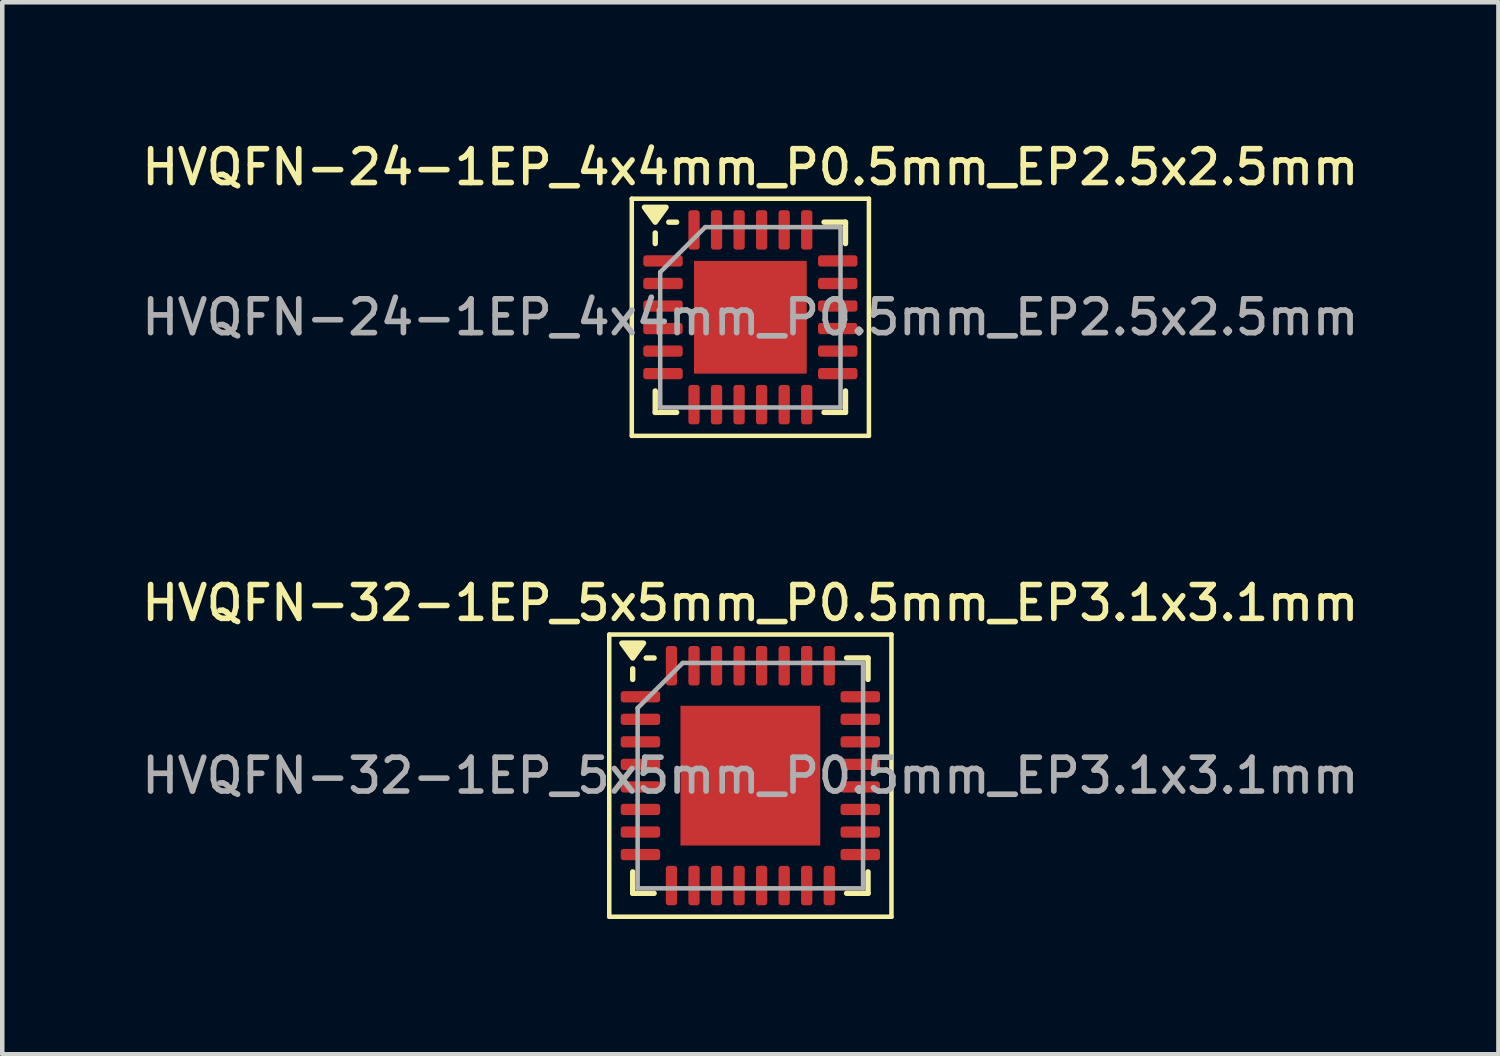
<source format=kicad_pcb>
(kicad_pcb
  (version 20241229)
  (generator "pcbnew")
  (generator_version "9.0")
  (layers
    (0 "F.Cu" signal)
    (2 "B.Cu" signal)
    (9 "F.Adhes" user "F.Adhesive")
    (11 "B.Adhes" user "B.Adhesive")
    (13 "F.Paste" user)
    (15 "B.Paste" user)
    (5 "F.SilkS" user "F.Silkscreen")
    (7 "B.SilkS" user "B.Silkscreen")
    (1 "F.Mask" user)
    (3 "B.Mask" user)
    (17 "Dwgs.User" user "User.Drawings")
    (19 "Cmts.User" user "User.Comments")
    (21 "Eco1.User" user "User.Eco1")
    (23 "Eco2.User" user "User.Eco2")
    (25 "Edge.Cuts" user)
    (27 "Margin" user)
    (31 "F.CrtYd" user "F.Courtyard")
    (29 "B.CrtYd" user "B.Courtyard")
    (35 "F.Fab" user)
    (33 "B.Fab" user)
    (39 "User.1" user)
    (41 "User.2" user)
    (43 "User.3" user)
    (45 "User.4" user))
  (footprint "HVQFN-24-1EP_4x4mm_P0.5mm_EP2.5x2.5mm"
    (layer "F.Cu")
    (at 13.595 3.988)
    (property "Reference" "HVQFN-24-1EP_4x4mm_P0.5mm_EP2.5x2.5mm" (at 0 -3.33 0) (layer "F.SilkS") (effects (font (size 0.75 0.75) (thickness 0.125))))
    (attr smd)
    (fp_line (start -2.63 -2.63) (end -2.63 2.63) (stroke (width 0.1) (type solid)) (layer "F.SilkS"))
    (fp_line (start -2.63 2.63) (end 2.63 2.63) (stroke (width 0.1) (type solid)) (layer "F.SilkS"))
    (fp_line (start -2.11 -1.635) (end -2.11 -1.87) (stroke (width 0.12) (type solid)) (layer "F.SilkS"))
    (fp_line (start -2.11 2.11) (end -2.11 1.635) (stroke (width 0.12) (type solid)) (layer "F.SilkS"))
    (fp_line (start -1.635 -2.11) (end -1.81 -2.11) (stroke (width 0.12) (type solid)) (layer "F.SilkS"))
    (fp_line (start -1.635 2.11) (end -2.11 2.11) (stroke (width 0.12) (type solid)) (layer "F.SilkS"))
    (fp_line (start 1.635 -2.11) (end 2.11 -2.11) (stroke (width 0.12) (type solid)) (layer "F.SilkS"))
    (fp_line (start 1.635 2.11) (end 2.11 2.11) (stroke (width 0.12) (type solid)) (layer "F.SilkS"))
    (fp_line (start 2.11 -2.11) (end 2.11 -1.635) (stroke (width 0.12) (type solid)) (layer "F.SilkS"))
    (fp_line (start 2.11 2.11) (end 2.11 1.635) (stroke (width 0.12) (type solid)) (layer "F.SilkS"))
    (fp_line (start 2.63 -2.63) (end -2.63 -2.63) (stroke (width 0.1) (type solid)) (layer "F.SilkS"))
    (fp_line (start 2.63 2.63) (end 2.63 -2.63) (stroke (width 0.1) (type solid)) (layer "F.SilkS"))
    (fp_poly (pts (xy -2.11 -2.11) (xy -2.35 -2.44) (xy -1.87 -2.44) (xy -2.11 -2.11)) (stroke (width 0.12) (type solid)) (fill yes) (layer "F.SilkS"))
    (fp_line (start -2 -1) (end -1 -2) (stroke (width 0.1) (type solid)) (layer "F.Fab"))
    (fp_line (start -2 2) (end -2 -1) (stroke (width 0.1) (type solid)) (layer "F.Fab"))
    (fp_line (start -1 -2) (end 2 -2) (stroke (width 0.1) (type solid)) (layer "F.Fab"))
    (fp_line (start 2 -2) (end 2 2) (stroke (width 0.1) (type solid)) (layer "F.Fab"))
    (fp_line (start 2 2) (end -2 2) (stroke (width 0.1) (type solid)) (layer "F.Fab"))
    (fp_text user "${REFERENCE}" (at 0 0 0) (layer "F.Fab") (effects (font (size 0.75 0.75) (thickness 0.125))))
    (pad "" smd roundrect (at -0.625 -0.625) (size 1.01 1.01) (layers "F.Paste") (roundrect_rratio 0.248))
    (pad "" smd roundrect (at -0.625 0.625) (size 1.01 1.01) (layers "F.Paste") (roundrect_rratio 0.248))
    (pad "" smd roundrect (at 0.625 -0.625) (size 1.01 1.01) (layers "F.Paste") (roundrect_rratio 0.248))
    (pad "" smd roundrect (at 0.625 0.625) (size 1.01 1.01) (layers "F.Paste") (roundrect_rratio 0.248))
    (pad "1" smd roundrect (at -1.938 -1.25) (size 0.875 0.25) (layers "F.Cu" "F.Mask" "F.Paste") (roundrect_rratio 0.25))
    (pad "2" smd roundrect (at -1.938 -0.75) (size 0.875 0.25) (layers "F.Cu" "F.Mask" "F.Paste") (roundrect_rratio 0.25))
    (pad "3" smd roundrect (at -1.938 -0.25) (size 0.875 0.25) (layers "F.Cu" "F.Mask" "F.Paste") (roundrect_rratio 0.25))
    (pad "4" smd roundrect (at -1.938 0.25) (size 0.875 0.25) (layers "F.Cu" "F.Mask" "F.Paste") (roundrect_rratio 0.25))
    (pad "5" smd roundrect (at -1.938 0.75) (size 0.875 0.25) (layers "F.Cu" "F.Mask" "F.Paste") (roundrect_rratio 0.25))
    (pad "6" smd roundrect (at -1.938 1.25) (size 0.875 0.25) (layers "F.Cu" "F.Mask" "F.Paste") (roundrect_rratio 0.25))
    (pad "7" smd roundrect (at -1.25 1.938) (size 0.25 0.875) (layers "F.Cu" "F.Mask" "F.Paste") (roundrect_rratio 0.25))
    (pad "8" smd roundrect (at -0.75 1.938) (size 0.25 0.875) (layers "F.Cu" "F.Mask" "F.Paste") (roundrect_rratio 0.25))
    (pad "9" smd roundrect (at -0.25 1.938) (size 0.25 0.875) (layers "F.Cu" "F.Mask" "F.Paste") (roundrect_rratio 0.25))
    (pad "10" smd roundrect (at 0.25 1.938) (size 0.25 0.875) (layers "F.Cu" "F.Mask" "F.Paste") (roundrect_rratio 0.25))
    (pad "11" smd roundrect (at 0.75 1.938) (size 0.25 0.875) (layers "F.Cu" "F.Mask" "F.Paste") (roundrect_rratio 0.25))
    (pad "12" smd roundrect (at 1.25 1.938) (size 0.25 0.875) (layers "F.Cu" "F.Mask" "F.Paste") (roundrect_rratio 0.25))
    (pad "13" smd roundrect (at 1.938 1.25) (size 0.875 0.25) (layers "F.Cu" "F.Mask" "F.Paste") (roundrect_rratio 0.25))
    (pad "14" smd roundrect (at 1.938 0.75) (size 0.875 0.25) (layers "F.Cu" "F.Mask" "F.Paste") (roundrect_rratio 0.25))
    (pad "15" smd roundrect (at 1.938 0.25) (size 0.875 0.25) (layers "F.Cu" "F.Mask" "F.Paste") (roundrect_rratio 0.25))
    (pad "16" smd roundrect (at 1.938 -0.25) (size 0.875 0.25) (layers "F.Cu" "F.Mask" "F.Paste") (roundrect_rratio 0.25))
    (pad "17" smd roundrect (at 1.938 -0.75) (size 0.875 0.25) (layers "F.Cu" "F.Mask" "F.Paste") (roundrect_rratio 0.25))
    (pad "18" smd roundrect (at 1.938 -1.25) (size 0.875 0.25) (layers "F.Cu" "F.Mask" "F.Paste") (roundrect_rratio 0.25))
    (pad "19" smd roundrect (at 1.25 -1.938) (size 0.25 0.875) (layers "F.Cu" "F.Mask" "F.Paste") (roundrect_rratio 0.25))
    (pad "20" smd roundrect (at 0.75 -1.938) (size 0.25 0.875) (layers "F.Cu" "F.Mask" "F.Paste") (roundrect_rratio 0.25))
    (pad "21" smd roundrect (at 0.25 -1.938) (size 0.25 0.875) (layers "F.Cu" "F.Mask" "F.Paste") (roundrect_rratio 0.25))
    (pad "22" smd roundrect (at -0.25 -1.938) (size 0.25 0.875) (layers "F.Cu" "F.Mask" "F.Paste") (roundrect_rratio 0.25))
    (pad "23" smd roundrect (at -0.75 -1.938) (size 0.25 0.875) (layers "F.Cu" "F.Mask" "F.Paste") (roundrect_rratio 0.25))
    (pad "24" smd roundrect (at -1.25 -1.938) (size 0.25 0.875) (layers "F.Cu" "F.Mask" "F.Paste") (roundrect_rratio 0.25))
    (pad "25" smd rect (at 0 0) (size 2.5 2.5) (property pad_prop_heatsink) (layers "F.Cu" "F.Mask")))
  (footprint "HVQFN-32-1EP_5x5mm_P0.5mm_EP3.1x3.1mm"
    (layer "F.Cu")
    (at 13.595 14.156)
    (property "Reference" "HVQFN-32-1EP_5x5mm_P0.5mm_EP3.1x3.1mm" (at 0 -3.83 0) (layer "F.SilkS") (effects (font (size 0.75 0.75) (thickness 0.125))))
    (attr smd)
    (fp_line (start -3.13 -3.13) (end -3.13 3.13) (stroke (width 0.1) (type solid)) (layer "F.SilkS"))
    (fp_line (start -3.13 3.13) (end 3.13 3.13) (stroke (width 0.1) (type solid)) (layer "F.SilkS"))
    (fp_line (start -2.61 -2.135) (end -2.61 -2.37) (stroke (width 0.12) (type solid)) (layer "F.SilkS"))
    (fp_line (start -2.61 2.61) (end -2.61 2.135) (stroke (width 0.12) (type solid)) (layer "F.SilkS"))
    (fp_line (start -2.135 -2.61) (end -2.31 -2.61) (stroke (width 0.12) (type solid)) (layer "F.SilkS"))
    (fp_line (start -2.135 2.61) (end -2.61 2.61) (stroke (width 0.12) (type solid)) (layer "F.SilkS"))
    (fp_line (start 2.135 -2.61) (end 2.61 -2.61) (stroke (width 0.12) (type solid)) (layer "F.SilkS"))
    (fp_line (start 2.135 2.61) (end 2.61 2.61) (stroke (width 0.12) (type solid)) (layer "F.SilkS"))
    (fp_line (start 2.61 -2.61) (end 2.61 -2.135) (stroke (width 0.12) (type solid)) (layer "F.SilkS"))
    (fp_line (start 2.61 2.61) (end 2.61 2.135) (stroke (width 0.12) (type solid)) (layer "F.SilkS"))
    (fp_line (start 3.13 -3.13) (end -3.13 -3.13) (stroke (width 0.1) (type solid)) (layer "F.SilkS"))
    (fp_line (start 3.13 3.13) (end 3.13 -3.13) (stroke (width 0.1) (type solid)) (layer "F.SilkS"))
    (fp_poly (pts (xy -2.61 -2.61) (xy -2.85 -2.94) (xy -2.37 -2.94) (xy -2.61 -2.61)) (stroke (width 0.12) (type solid)) (fill yes) (layer "F.SilkS"))
    (fp_line (start -2.5 -1.5) (end -1.5 -2.5) (stroke (width 0.1) (type solid)) (layer "F.Fab"))
    (fp_line (start -2.5 2.5) (end -2.5 -1.5) (stroke (width 0.1) (type solid)) (layer "F.Fab"))
    (fp_line (start -1.5 -2.5) (end 2.5 -2.5) (stroke (width 0.1) (type solid)) (layer "F.Fab"))
    (fp_line (start 2.5 -2.5) (end 2.5 2.5) (stroke (width 0.1) (type solid)) (layer "F.Fab"))
    (fp_line (start 2.5 2.5) (end -2.5 2.5) (stroke (width 0.1) (type solid)) (layer "F.Fab"))
    (fp_text user "${REFERENCE}" (at 0 0 0) (layer "F.Fab") (effects (font (size 0.75 0.75) (thickness 0.125))))
    (pad "" smd roundrect (at -1.03 -1.03) (size 0.83 0.83) (layers "F.Paste") (roundrect_rratio 0.25))
    (pad "" smd roundrect (at -1.03 0) (size 0.83 0.83) (layers "F.Paste") (roundrect_rratio 0.25))
    (pad "" smd roundrect (at -1.03 1.03) (size 0.83 0.83) (layers "F.Paste") (roundrect_rratio 0.25))
    (pad "" smd roundrect (at 0 -1.03) (size 0.83 0.83) (layers "F.Paste") (roundrect_rratio 0.25))
    (pad "" smd roundrect (at 0 0) (size 0.83 0.83) (layers "F.Paste") (roundrect_rratio 0.25))
    (pad "" smd roundrect (at 0 1.03) (size 0.83 0.83) (layers "F.Paste") (roundrect_rratio 0.25))
    (pad "" smd roundrect (at 1.03 -1.03) (size 0.83 0.83) (layers "F.Paste") (roundrect_rratio 0.25))
    (pad "" smd roundrect (at 1.03 0) (size 0.83 0.83) (layers "F.Paste") (roundrect_rratio 0.25))
    (pad "" smd roundrect (at 1.03 1.03) (size 0.83 0.83) (layers "F.Paste") (roundrect_rratio 0.25))
    (pad "1" smd roundrect (at -2.438 -1.75) (size 0.875 0.25) (layers "F.Cu" "F.Mask" "F.Paste") (roundrect_rratio 0.25))
    (pad "2" smd roundrect (at -2.438 -1.25) (size 0.875 0.25) (layers "F.Cu" "F.Mask" "F.Paste") (roundrect_rratio 0.25))
    (pad "3" smd roundrect (at -2.438 -0.75) (size 0.875 0.25) (layers "F.Cu" "F.Mask" "F.Paste") (roundrect_rratio 0.25))
    (pad "4" smd roundrect (at -2.438 -0.25) (size 0.875 0.25) (layers "F.Cu" "F.Mask" "F.Paste") (roundrect_rratio 0.25))
    (pad "5" smd roundrect (at -2.438 0.25) (size 0.875 0.25) (layers "F.Cu" "F.Mask" "F.Paste") (roundrect_rratio 0.25))
    (pad "6" smd roundrect (at -2.438 0.75) (size 0.875 0.25) (layers "F.Cu" "F.Mask" "F.Paste") (roundrect_rratio 0.25))
    (pad "7" smd roundrect (at -2.438 1.25) (size 0.875 0.25) (layers "F.Cu" "F.Mask" "F.Paste") (roundrect_rratio 0.25))
    (pad "8" smd roundrect (at -2.438 1.75) (size 0.875 0.25) (layers "F.Cu" "F.Mask" "F.Paste") (roundrect_rratio 0.25))
    (pad "9" smd roundrect (at -1.75 2.438) (size 0.25 0.875) (layers "F.Cu" "F.Mask" "F.Paste") (roundrect_rratio 0.25))
    (pad "10" smd roundrect (at -1.25 2.438) (size 0.25 0.875) (layers "F.Cu" "F.Mask" "F.Paste") (roundrect_rratio 0.25))
    (pad "11" smd roundrect (at -0.75 2.438) (size 0.25 0.875) (layers "F.Cu" "F.Mask" "F.Paste") (roundrect_rratio 0.25))
    (pad "12" smd roundrect (at -0.25 2.438) (size 0.25 0.875) (layers "F.Cu" "F.Mask" "F.Paste") (roundrect_rratio 0.25))
    (pad "13" smd roundrect (at 0.25 2.438) (size 0.25 0.875) (layers "F.Cu" "F.Mask" "F.Paste") (roundrect_rratio 0.25))
    (pad "14" smd roundrect (at 0.75 2.438) (size 0.25 0.875) (layers "F.Cu" "F.Mask" "F.Paste") (roundrect_rratio 0.25))
    (pad "15" smd roundrect (at 1.25 2.438) (size 0.25 0.875) (layers "F.Cu" "F.Mask" "F.Paste") (roundrect_rratio 0.25))
    (pad "16" smd roundrect (at 1.75 2.438) (size 0.25 0.875) (layers "F.Cu" "F.Mask" "F.Paste") (roundrect_rratio 0.25))
    (pad "17" smd roundrect (at 2.438 1.75) (size 0.875 0.25) (layers "F.Cu" "F.Mask" "F.Paste") (roundrect_rratio 0.25))
    (pad "18" smd roundrect (at 2.438 1.25) (size 0.875 0.25) (layers "F.Cu" "F.Mask" "F.Paste") (roundrect_rratio 0.25))
    (pad "19" smd roundrect (at 2.438 0.75) (size 0.875 0.25) (layers "F.Cu" "F.Mask" "F.Paste") (roundrect_rratio 0.25))
    (pad "20" smd roundrect (at 2.438 0.25) (size 0.875 0.25) (layers "F.Cu" "F.Mask" "F.Paste") (roundrect_rratio 0.25))
    (pad "21" smd roundrect (at 2.438 -0.25) (size 0.875 0.25) (layers "F.Cu" "F.Mask" "F.Paste") (roundrect_rratio 0.25))
    (pad "22" smd roundrect (at 2.438 -0.75) (size 0.875 0.25) (layers "F.Cu" "F.Mask" "F.Paste") (roundrect_rratio 0.25))
    (pad "23" smd roundrect (at 2.438 -1.25) (size 0.875 0.25) (layers "F.Cu" "F.Mask" "F.Paste") (roundrect_rratio 0.25))
    (pad "24" smd roundrect (at 2.438 -1.75) (size 0.875 0.25) (layers "F.Cu" "F.Mask" "F.Paste") (roundrect_rratio 0.25))
    (pad "25" smd roundrect (at 1.75 -2.438) (size 0.25 0.875) (layers "F.Cu" "F.Mask" "F.Paste") (roundrect_rratio 0.25))
    (pad "26" smd roundrect (at 1.25 -2.438) (size 0.25 0.875) (layers "F.Cu" "F.Mask" "F.Paste") (roundrect_rratio 0.25))
    (pad "27" smd roundrect (at 0.75 -2.438) (size 0.25 0.875) (layers "F.Cu" "F.Mask" "F.Paste") (roundrect_rratio 0.25))
    (pad "28" smd roundrect (at 0.25 -2.438) (size 0.25 0.875) (layers "F.Cu" "F.Mask" "F.Paste") (roundrect_rratio 0.25))
    (pad "29" smd roundrect (at -0.25 -2.438) (size 0.25 0.875) (layers "F.Cu" "F.Mask" "F.Paste") (roundrect_rratio 0.25))
    (pad "30" smd roundrect (at -0.75 -2.438) (size 0.25 0.875) (layers "F.Cu" "F.Mask" "F.Paste") (roundrect_rratio 0.25))
    (pad "31" smd roundrect (at -1.25 -2.438) (size 0.25 0.875) (layers "F.Cu" "F.Mask" "F.Paste") (roundrect_rratio 0.25))
    (pad "32" smd roundrect (at -1.75 -2.438) (size 0.25 0.875) (layers "F.Cu" "F.Mask" "F.Paste") (roundrect_rratio 0.25))
    (pad "33" smd rect (at 0 0) (size 3.1 3.1) (property pad_prop_heatsink) (layers "F.Cu" "F.Mask")))
  (gr_rect
    (start -3 -3)
    (end 30.189 20.336)
    (stroke (width 0.1) (type default))
    (fill no)
    (layer "Edge.Cuts")))
</source>
